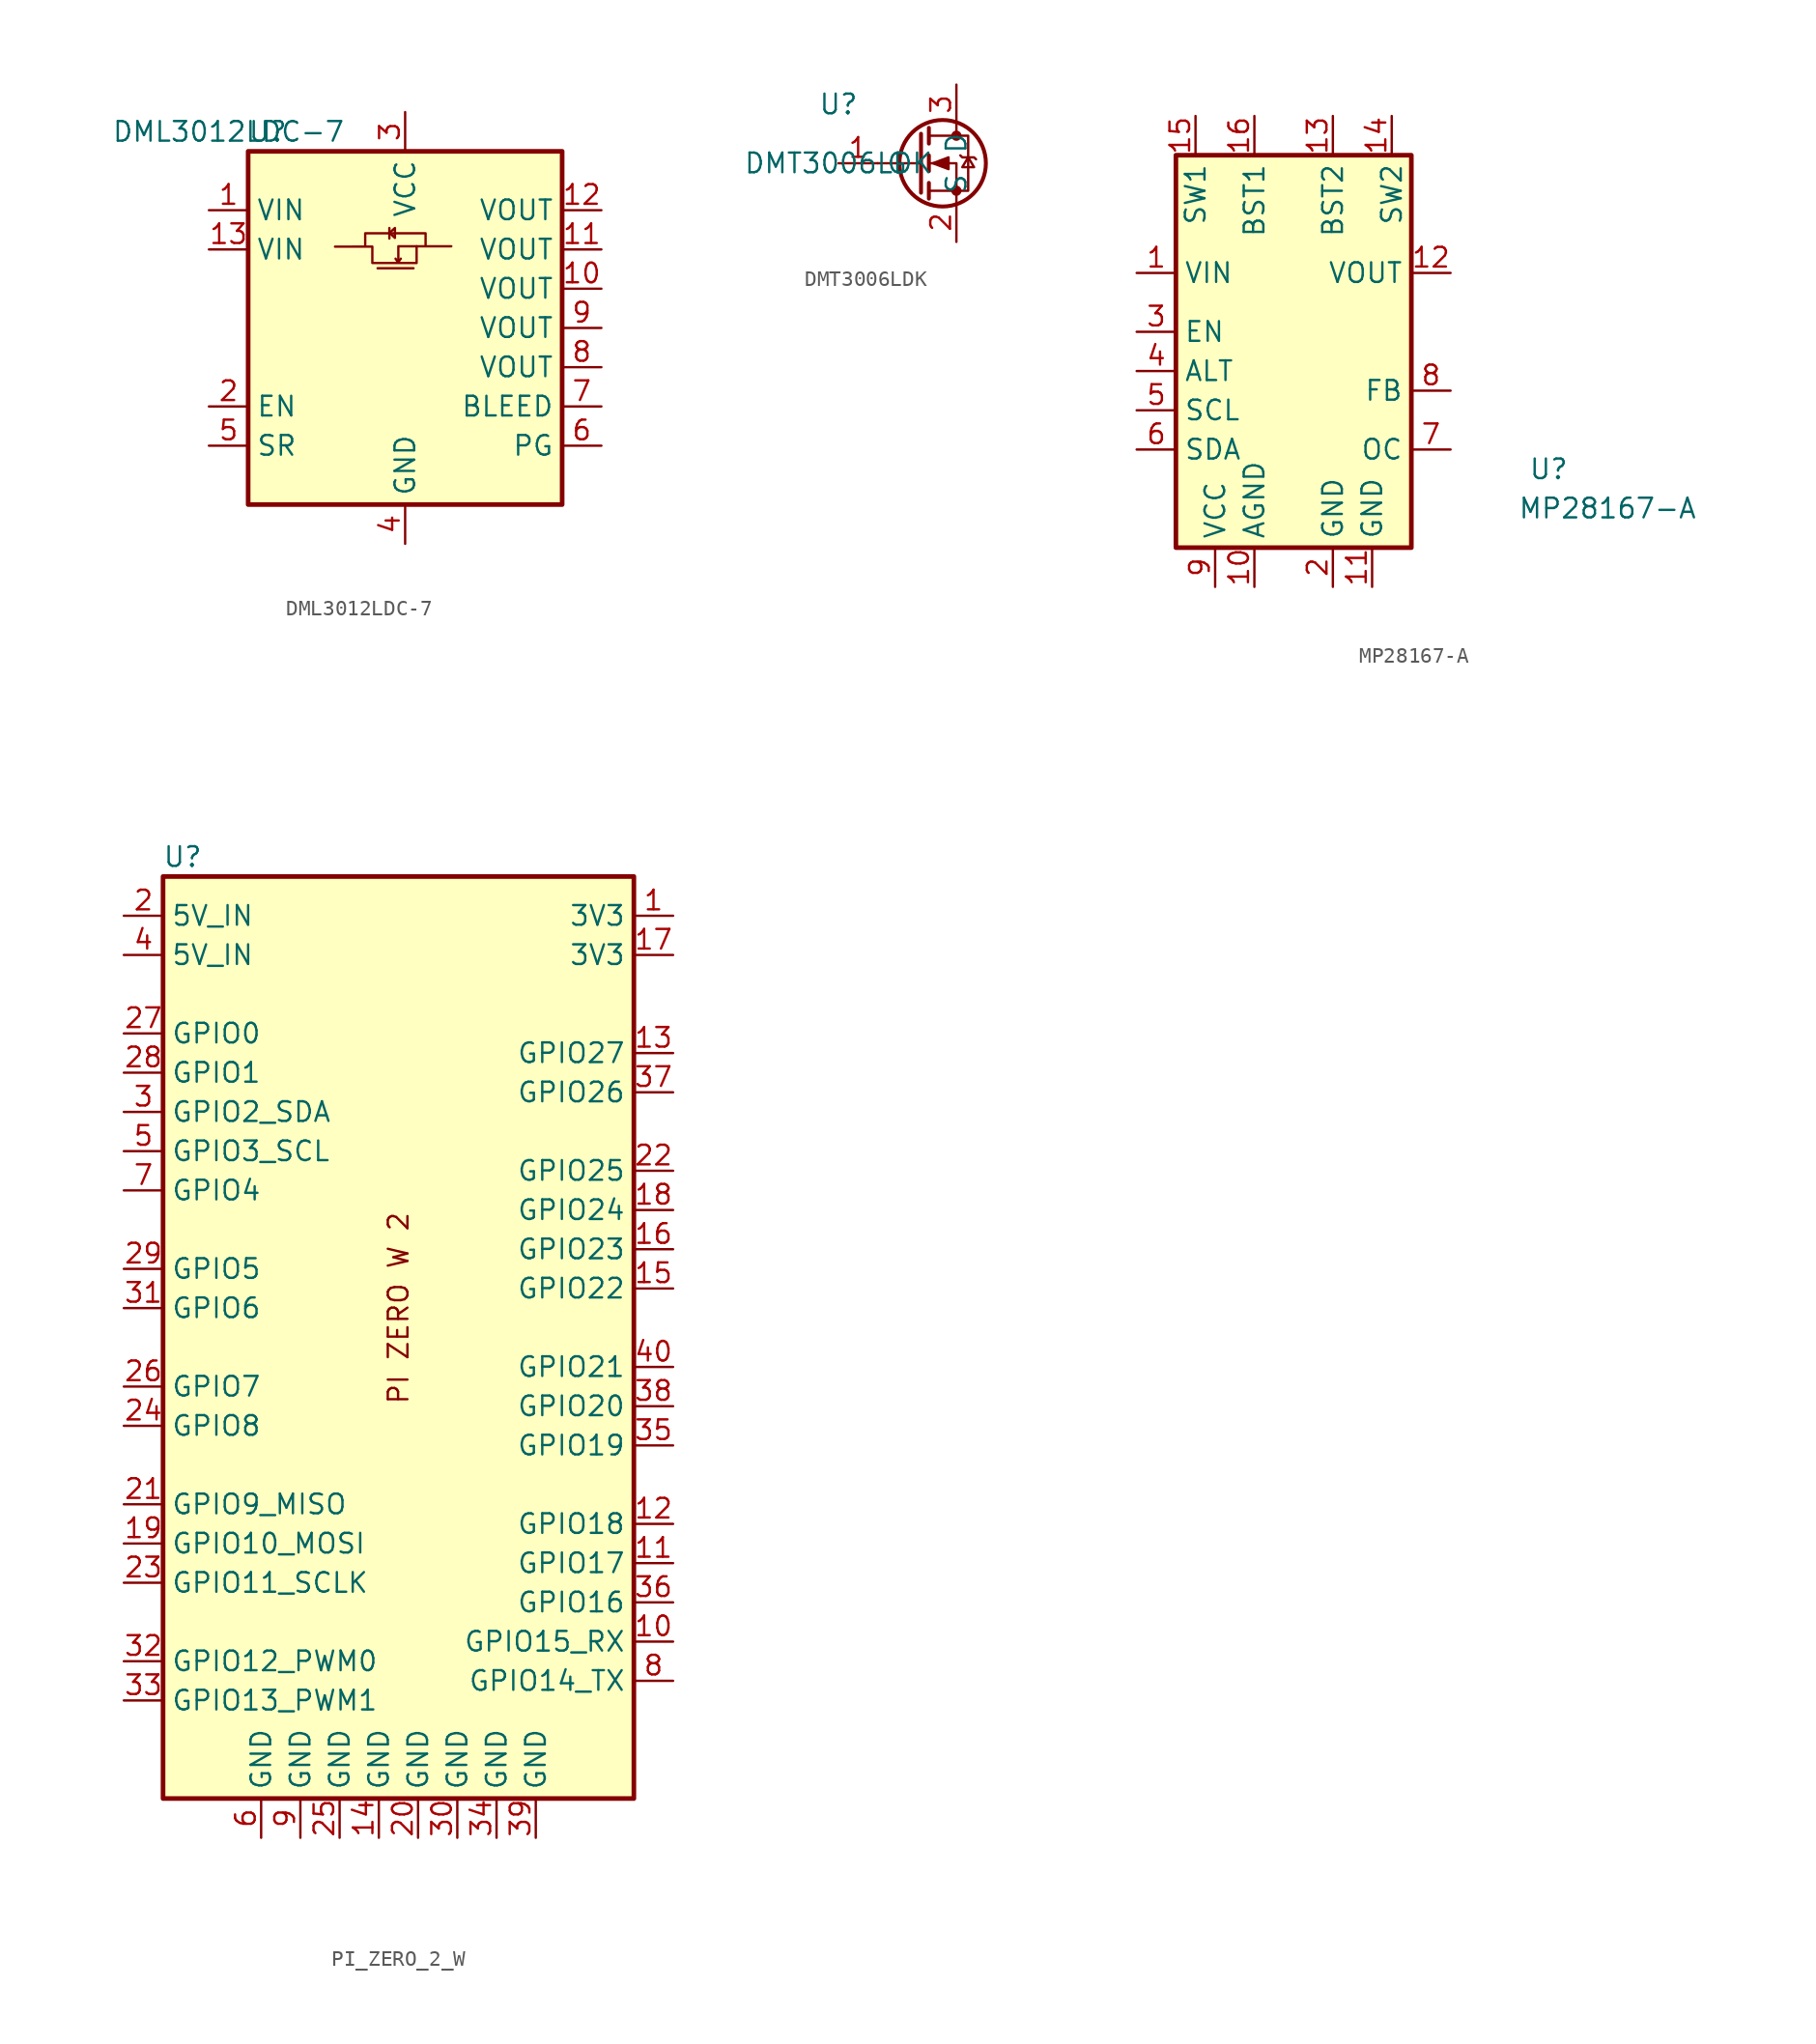
<source format=kicad_sym>
(kicad_symbol_lib
  (version 20220914)
  (generator kicad_symbol_editor)
  (symbol "DML3012LDC-7"
    (property "Reference" "U"
      (at -8.89 12.7 0)
      (effects (font (size 1.27 1.27))))
    (property "Value" "DML3012LDC-7"
      (at -11.43 12.7 0)
      (effects (font (size 1.27 1.27))))
    (symbol "DML3012LDC-7_1_1"
      (rectangle (start -10.16 11.43) (end 10.16 -11.43) (stroke (width 0.3) (type default)) (fill (type background)))
      (polyline (pts (xy -1.783 3.862) (xy 0.541 3.862)) (stroke (width 0) (type default)) (fill (type none)))
      (polyline (pts (xy -1.021 6.467) (xy -1.021 5.785)) (stroke (width 0) (type default)) (fill (type none)))
      (polyline (pts (xy -0.621 4.483) (xy -0.46 4.243) (xy -0.28 4.483)) (stroke (width 0) (type default)) (fill (type none)))
      (polyline (pts (xy 0.742 5.285) (xy -0.44 5.285) (xy -0.44 4.243)) (stroke (width 0) (type default)) (fill (type none)))
      (polyline (pts (xy -1.021 6.146) (xy -0.661 6.467) (xy -0.661 5.826) (xy -1.021 6.166)) (stroke (width 0) (type default)) (fill (type none)))
      (polyline (pts (xy 1.323 5.305) (xy 1.323 6.126) (xy -2.584 6.126) (xy -2.584 5.305)) (stroke (width 0) (type default)) (fill (type none)))
      (polyline (pts (xy -4.538 5.26) (xy -2.123 5.264) (xy -2.123 4.202) (xy 0.742 4.202) (xy 0.742 5.285) (xy 2.986 5.285)) (stroke (width 0) (type default)) (fill (type none)))
      (pin power_in line (at -12.7 7.62 0) (length 2.54) (name "VIN" (effects (font (size 1.27 1.27)))) (number "1" (effects (font (size 1.27 1.27)))))
      (pin power_out line (at 12.7 2.54 180) (length 2.54) (name "VOUT" (effects (font (size 1.27 1.27)))) (number "10" (effects (font (size 1.27 1.27)))))
      (pin power_out line (at 12.7 5.08 180) (length 2.54) (name "VOUT" (effects (font (size 1.27 1.27)))) (number "11" (effects (font (size 1.27 1.27)))))
      (pin power_out line (at 12.7 7.62 180) (length 2.54) (name "VOUT" (effects (font (size 1.27 1.27)))) (number "12" (effects (font (size 1.27 1.27)))))
      (pin power_in line (at -12.7 5.08 0) (length 2.54) (name "VIN" (effects (font (size 1.27 1.27)))) (number "13" (effects (font (size 1.27 1.27)))))
      (pin input line (at -12.7 -5.08 0) (length 2.54) (name "EN" (effects (font (size 1.27 1.27)))) (number "2" (effects (font (size 1.27 1.27)))))
      (pin power_in line (at 0 13.97 270) (length 2.54) (name "VCC" (effects (font (size 1.27 1.27)))) (number "3" (effects (font (size 1.27 1.27)))))
      (pin power_in line (at 0 -13.97 90) (length 2.54) (name "GND" (effects (font (size 1.27 1.27)))) (number "4" (effects (font (size 1.27 1.27)))))
      (pin passive line (at -12.7 -7.62 0) (length 2.54) (name "SR" (effects (font (size 1.27 1.27)))) (number "5" (effects (font (size 1.27 1.27)))))
      (pin open_collector line (at 12.7 -7.62 180) (length 2.54) (name "PG" (effects (font (size 1.27 1.27)))) (number "6" (effects (font (size 1.27 1.27)))))
      (pin passive line (at 12.7 -5.08 180) (length 2.54) (name "BLEED" (effects (font (size 1.27 1.27)))) (number "7" (effects (font (size 1.27 1.27)))))
      (pin power_out line (at 12.7 -2.54 180) (length 2.54) (name "VOUT" (effects (font (size 1.27 1.27)))) (number "8" (effects (font (size 1.27 1.27)))))
      (pin power_out line (at 12.7 0 180) (length 2.54) (name "VOUT" (effects (font (size 1.27 1.27)))) (number "9" (effects (font (size 1.27 1.27)))))))
  (symbol "DMT3006LDK"
    (property "Reference" "U"
      (at 0 3.81 0)
      (effects (font (size 1.27 1.27))))
    (property "Value" "DMT3006LDK"
      (at 0 0 0)
      (effects (font (size 1.27 1.27))))
    (symbol "DMT3006LDK_0_1"
      (polyline (pts (xy 5.334 0) (xy 2.54 0)) (stroke (width 0) (type default)) (fill (type none)))
      (polyline (pts (xy 5.334 1.905) (xy 5.334 -1.905)) (stroke (width 0.254) (type default)) (fill (type none)))
      (polyline (pts (xy 5.842 -1.27) (xy 5.842 -2.286)) (stroke (width 0.254) (type default)) (fill (type none)))
      (polyline (pts (xy 5.842 0.508) (xy 5.842 -0.508)) (stroke (width 0.254) (type default)) (fill (type none)))
      (polyline (pts (xy 5.842 2.286) (xy 5.842 1.27)) (stroke (width 0.254) (type default)) (fill (type none)))
      (polyline (pts (xy 7.62 2.54) (xy 7.62 1.778)) (stroke (width 0) (type default)) (fill (type none)))
      (polyline (pts (xy 7.62 -2.54) (xy 7.62 0) (xy 5.842 0)) (stroke (width 0) (type default)) (fill (type none)))
      (polyline (pts (xy 5.842 -1.778) (xy 8.382 -1.778) (xy 8.382 1.778) (xy 5.842 1.778)) (stroke (width 0) (type default)) (fill (type none)))
      (polyline (pts (xy 6.096 0) (xy 7.112 0.381) (xy 7.112 -0.381) (xy 6.096 0)) (stroke (width 0) (type default)) (fill (type outline)))
      (polyline (pts (xy 7.874 0.508) (xy 8.001 0.381) (xy 8.763 0.381) (xy 8.89 0.254)) (stroke (width 0) (type default)) (fill (type none)))
      (polyline (pts (xy 8.382 0.381) (xy 8.001 -0.254) (xy 8.763 -0.254) (xy 8.382 0.381)) (stroke (width 0) (type default)) (fill (type none)))
      (circle (center 6.731 0) (radius 2.794) (stroke (width 0.254) (type default)) (fill (type none)))
      (circle (center 7.62 -1.778) (radius 0.254) (stroke (width 0) (type default)) (fill (type outline)))
      (circle (center 7.62 1.778) (radius 0.254) (stroke (width 0) (type default)) (fill (type outline))))
    (symbol "DMT3006LDK_1_1"
      (pin input line (at 0 0 0) (length 2.54) (name "G" (effects (font (size 1.27 1.27)))) (number "1" (effects (font (size 1.27 1.27)))))
      (pin passive line (at 7.62 -5.08 90) (length 2.54) (name "S" (effects (font (size 1.27 1.27)))) (number "2" (effects (font (size 1.27 1.27)))))
      (pin passive line (at 7.62 5.08 270) (length 2.54) (name "D" (effects (font (size 1.27 1.27)))) (number "3" (effects (font (size 1.27 1.27)))))))
  (symbol "MP28167-A"
    (property "Reference" "U"
      (at 16.51 -5.08 0)
      (effects (font (size 1.27 1.27))))
    (property "Value" "MP28167-A"
      (at 20.32 -7.62 0)
      (effects (font (size 1.27 1.27))))
    (symbol "MP28167-A_1_1"
      (rectangle (start -7.62 15.24) (end 7.62 -10.16) (stroke (width 0.3) (type default)) (fill (type background)))
      (pin power_in line (at -10.16 7.62 0) (length 2.54) (name "VIN" (effects (font (size 1.27 1.27)))) (number "1" (effects (font (size 1.27 1.27)))))
      (pin power_in line (at -2.54 -12.7 90) (length 2.54) (name "AGND" (effects (font (size 1.27 1.27)))) (number "10" (effects (font (size 1.27 1.27)))))
      (pin power_in line (at 5.08 -12.7 90) (length 2.54) (name "GND" (effects (font (size 1.27 1.27)))) (number "11" (effects (font (size 1.27 1.27)))))
      (pin power_out line (at 10.16 7.62 180) (length 2.54) (name "VOUT" (effects (font (size 1.27 1.27)))) (number "12" (effects (font (size 1.27 1.27)))))
      (pin passive line (at 2.54 17.78 270) (length 2.54) (name "BST2" (effects (font (size 1.27 1.27)))) (number "13" (effects (font (size 1.27 1.27)))))
      (pin passive line (at 6.35 17.78 270) (length 2.54) (name "SW2" (effects (font (size 1.27 1.27)))) (number "14" (effects (font (size 1.27 1.27)))))
      (pin passive line (at -6.35 17.78 270) (length 2.54) (name "SW1" (effects (font (size 1.27 1.27)))) (number "15" (effects (font (size 1.27 1.27)))))
      (pin passive line (at -2.54 17.78 270) (length 2.54) (name "BST1" (effects (font (size 1.27 1.27)))) (number "16" (effects (font (size 1.27 1.27)))))
      (pin power_in line (at 2.54 -12.7 90) (length 2.54) (name "GND" (effects (font (size 1.27 1.27)))) (number "2" (effects (font (size 1.27 1.27)))))
      (pin input line (at -10.16 3.81 0) (length 2.54) (name "EN" (effects (font (size 1.27 1.27)))) (number "3" (effects (font (size 1.27 1.27)))))
      (pin open_collector line (at -10.16 1.27 0) (length 2.54) (name "ALT" (effects (font (size 1.27 1.27)))) (number "4" (effects (font (size 1.27 1.27)))))
      (pin input line (at -10.16 -1.27 0) (length 2.54) (name "SCL" (effects (font (size 1.27 1.27)))) (number "5" (effects (font (size 1.27 1.27)))))
      (pin input line (at -10.16 -3.81 0) (length 2.54) (name "SDA" (effects (font (size 1.27 1.27)))) (number "6" (effects (font (size 1.27 1.27)))))
      (pin passive line (at 10.16 -3.81 180) (length 2.54) (name "OC" (effects (font (size 1.27 1.27)))) (number "7" (effects (font (size 1.27 1.27)))))
      (pin input line (at 10.16 0 180) (length 2.54) (name "FB" (effects (font (size 1.27 1.27)))) (number "8" (effects (font (size 1.27 1.27)))))
      (pin power_in line (at -5.08 -12.7 90) (length 2.54) (name "VCC" (effects (font (size 1.27 1.27)))) (number "9" (effects (font (size 1.27 1.27)))))))
  (symbol "PI_ZERO_2_W"
    (property "Reference" "U"
      (at -13.97 34.29 0)
      (effects (font (size 1.27 1.27))))
    (property "Value" ""
      (at 1.27 -5.08 0)
      (effects (font (size 1.27 1.27))))
    (symbol "PI_ZERO_2_W_1_1"
      (rectangle (start -15.24 33.02) (end 15.24 -26.67) (stroke (width 0.3) (type default)) (fill (type background)))
      (text "PI ZERO W 2" (at 0 5.08 900) (effects (font (size 1.27 1.27))))
      (pin power_out line (at 17.78 30.48 180) (length 2.54) (name "3V3" (effects (font (size 1.27 1.27)))) (number "1" (effects (font (size 1.27 1.27)))))
      (pin bidirectional line (at 17.78 -16.51 180) (length 2.54) (name "GPIO15_RX" (effects (font (size 1.27 1.27)))) (number "10" (effects (font (size 1.27 1.27)))))
      (pin bidirectional line (at 17.78 -11.43 180) (length 2.54) (name "GPIO17" (effects (font (size 1.27 1.27)))) (number "11" (effects (font (size 1.27 1.27)))))
      (pin bidirectional line (at 17.78 -8.89 180) (length 2.54) (name "GPIO18" (effects (font (size 1.27 1.27)))) (number "12" (effects (font (size 1.27 1.27)))))
      (pin bidirectional line (at 17.78 21.59 180) (length 2.54) (name "GPIO27" (effects (font (size 1.27 1.27)))) (number "13" (effects (font (size 1.27 1.27)))))
      (pin power_in line (at -1.27 -29.21 90) (length 2.54) (name "GND" (effects (font (size 1.27 1.27)))) (number "14" (effects (font (size 1.27 1.27)))))
      (pin bidirectional line (at 17.78 6.35 180) (length 2.54) (name "GPIO22" (effects (font (size 1.27 1.27)))) (number "15" (effects (font (size 1.27 1.27)))))
      (pin bidirectional line (at 17.78 8.89 180) (length 2.54) (name "GPIO23" (effects (font (size 1.27 1.27)))) (number "16" (effects (font (size 1.27 1.27)))))
      (pin power_out line (at 17.78 27.94 180) (length 2.54) (name "3V3" (effects (font (size 1.27 1.27)))) (number "17" (effects (font (size 1.27 1.27)))))
      (pin bidirectional line (at 17.78 11.43 180) (length 2.54) (name "GPIO24" (effects (font (size 1.27 1.27)))) (number "18" (effects (font (size 1.27 1.27)))))
      (pin bidirectional line (at -17.78 -10.16 0) (length 2.54) (name "GPIO10_MOSI" (effects (font (size 1.27 1.27)))) (number "19" (effects (font (size 1.27 1.27)))))
      (pin power_in line (at -17.78 30.48 0) (length 2.54) (name "5V_IN" (effects (font (size 1.27 1.27)))) (number "2" (effects (font (size 1.27 1.27)))))
      (pin power_in line (at 1.27 -29.21 90) (length 2.54) (name "GND" (effects (font (size 1.27 1.27)))) (number "20" (effects (font (size 1.27 1.27)))))
      (pin bidirectional line (at -17.78 -7.62 0) (length 2.54) (name "GPIO9_MISO" (effects (font (size 1.27 1.27)))) (number "21" (effects (font (size 1.27 1.27)))))
      (pin bidirectional line (at 17.78 13.97 180) (length 2.54) (name "GPIO25" (effects (font (size 1.27 1.27)))) (number "22" (effects (font (size 1.27 1.27)))))
      (pin bidirectional line (at -17.78 -12.7 0) (length 2.54) (name "GPIO11_SCLK" (effects (font (size 1.27 1.27)))) (number "23" (effects (font (size 1.27 1.27)))))
      (pin bidirectional line (at -17.78 -2.54 0) (length 2.54) (name "GPIO8" (effects (font (size 1.27 1.27)))) (number "24" (effects (font (size 1.27 1.27)))))
      (pin power_in line (at -3.81 -29.21 90) (length 2.54) (name "GND" (effects (font (size 1.27 1.27)))) (number "25" (effects (font (size 1.27 1.27)))))
      (pin bidirectional line (at -17.78 0 0) (length 2.54) (name "GPIO7" (effects (font (size 1.27 1.27)))) (number "26" (effects (font (size 1.27 1.27)))))
      (pin bidirectional line (at -17.78 22.86 0) (length 2.54) (name "GPIO0" (effects (font (size 1.27 1.27)))) (number "27" (effects (font (size 1.27 1.27)))))
      (pin bidirectional line (at -17.78 20.32 0) (length 2.54) (name "GPIO1" (effects (font (size 1.27 1.27)))) (number "28" (effects (font (size 1.27 1.27)))))
      (pin bidirectional line (at -17.78 7.62 0) (length 2.54) (name "GPIO5" (effects (font (size 1.27 1.27)))) (number "29" (effects (font (size 1.27 1.27)))))
      (pin bidirectional line (at -17.78 17.78 0) (length 2.54) (name "GPIO2_SDA" (effects (font (size 1.27 1.27)))) (number "3" (effects (font (size 1.27 1.27)))))
      (pin power_in line (at 3.81 -29.21 90) (length 2.54) (name "GND" (effects (font (size 1.27 1.27)))) (number "30" (effects (font (size 1.27 1.27)))))
      (pin bidirectional line (at -17.78 5.08 0) (length 2.54) (name "GPIO6" (effects (font (size 1.27 1.27)))) (number "31" (effects (font (size 1.27 1.27)))))
      (pin bidirectional line (at -17.78 -17.78 0) (length 2.54) (name "GPIO12_PWM0" (effects (font (size 1.27 1.27)))) (number "32" (effects (font (size 1.27 1.27)))))
      (pin bidirectional line (at -17.78 -20.32 0) (length 2.54) (name "GPIO13_PWM1" (effects (font (size 1.27 1.27)))) (number "33" (effects (font (size 1.27 1.27)))))
      (pin power_in line (at 6.35 -29.21 90) (length 2.54) (name "GND" (effects (font (size 1.27 1.27)))) (number "34" (effects (font (size 1.27 1.27)))))
      (pin bidirectional line (at 17.78 -3.81 180) (length 2.54) (name "GPIO19" (effects (font (size 1.27 1.27)))) (number "35" (effects (font (size 1.27 1.27)))))
      (pin bidirectional line (at 17.78 -13.97 180) (length 2.54) (name "GPIO16" (effects (font (size 1.27 1.27)))) (number "36" (effects (font (size 1.27 1.27)))))
      (pin bidirectional line (at 17.78 19.05 180) (length 2.54) (name "GPIO26" (effects (font (size 1.27 1.27)))) (number "37" (effects (font (size 1.27 1.27)))))
      (pin bidirectional line (at 17.78 -1.27 180) (length 2.54) (name "GPIO20" (effects (font (size 1.27 1.27)))) (number "38" (effects (font (size 1.27 1.27)))))
      (pin power_in line (at 8.89 -29.21 90) (length 2.54) (name "GND" (effects (font (size 1.27 1.27)))) (number "39" (effects (font (size 1.27 1.27)))))
      (pin power_in line (at -17.78 27.94 0) (length 2.54) (name "5V_IN" (effects (font (size 1.27 1.27)))) (number "4" (effects (font (size 1.27 1.27)))))
      (pin bidirectional line (at 17.78 1.27 180) (length 2.54) (name "GPIO21" (effects (font (size 1.27 1.27)))) (number "40" (effects (font (size 1.27 1.27)))))
      (pin bidirectional line (at -17.78 15.24 0) (length 2.54) (name "GPIO3_SCL" (effects (font (size 1.27 1.27)))) (number "5" (effects (font (size 1.27 1.27)))))
      (pin power_in line (at -8.89 -29.21 90) (length 2.54) (name "GND" (effects (font (size 1.27 1.27)))) (number "6" (effects (font (size 1.27 1.27)))))
      (pin bidirectional line (at -17.78 12.7 0) (length 2.54) (name "GPIO4" (effects (font (size 1.27 1.27)))) (number "7" (effects (font (size 1.27 1.27)))))
      (pin bidirectional line (at 17.78 -19.05 180) (length 2.54) (name "GPIO14_TX" (effects (font (size 1.27 1.27)))) (number "8" (effects (font (size 1.27 1.27)))))
      (pin power_in line (at -6.35 -29.21 90) (length 2.54) (name "GND" (effects (font (size 1.27 1.27)))) (number "9" (effects (font (size 1.27 1.27))))))))
</source>
